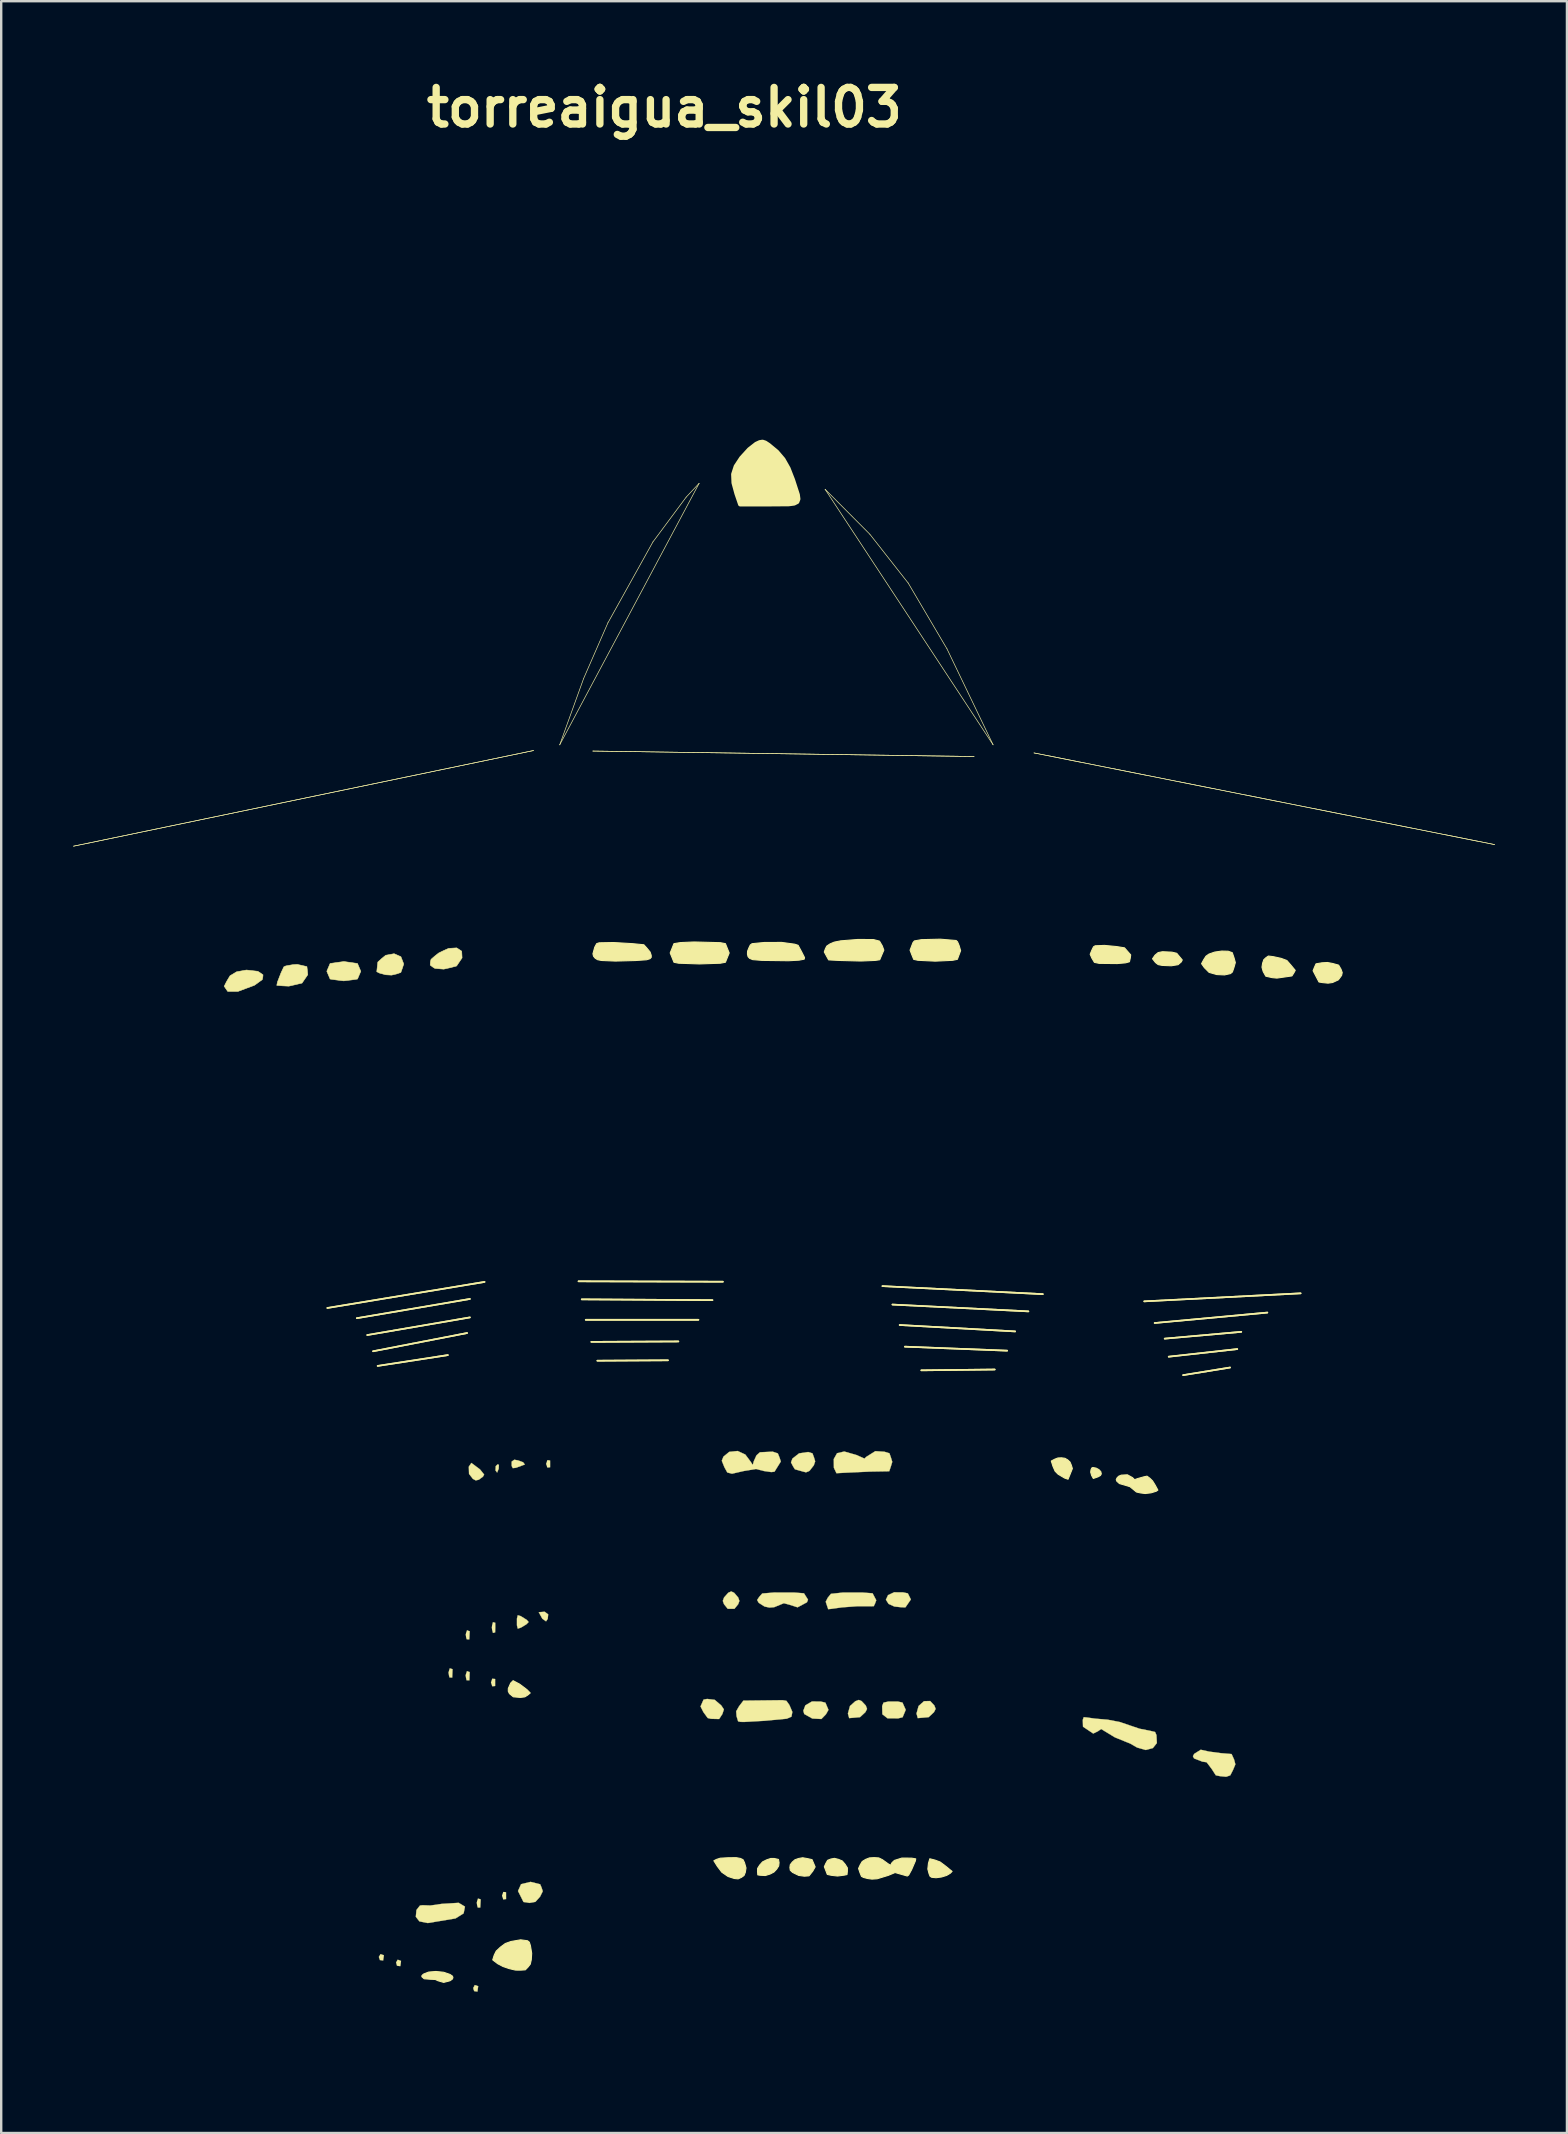
<source format=kicad_pcb>
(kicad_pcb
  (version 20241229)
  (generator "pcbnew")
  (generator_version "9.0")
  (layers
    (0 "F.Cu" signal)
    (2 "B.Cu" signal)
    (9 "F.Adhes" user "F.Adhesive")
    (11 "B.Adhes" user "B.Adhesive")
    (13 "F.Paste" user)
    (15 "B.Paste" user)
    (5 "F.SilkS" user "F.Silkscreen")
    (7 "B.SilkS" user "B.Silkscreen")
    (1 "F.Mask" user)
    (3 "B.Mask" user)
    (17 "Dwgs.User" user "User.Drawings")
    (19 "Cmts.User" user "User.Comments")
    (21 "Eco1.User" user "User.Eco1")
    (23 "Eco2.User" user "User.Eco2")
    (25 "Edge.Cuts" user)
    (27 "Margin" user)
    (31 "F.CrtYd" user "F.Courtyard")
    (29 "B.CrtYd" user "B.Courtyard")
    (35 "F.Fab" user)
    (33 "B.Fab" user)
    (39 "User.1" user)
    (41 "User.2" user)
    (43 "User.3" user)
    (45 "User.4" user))
  (footprint "torreaigua_skil03"
    (layer "F.Cu")
    (at 24.629 43.647)
    (property "Reference" "torreaigua_skil03" (at 0 -42.22 0) (layer "F.SilkS") (effects (font (size 1.524 1.524) (thickness 0.305))))
    (attr smd)
    (fp_poly (pts (xy 0.195 31.013) (xy 0.141 30.903) (xy 11.995 30.558) (xy 12.196 30.535) (xy 12.196 29.825) (xy 12.122 28.516) (xy 11.609 25.307) (xy 2.487 25.085) (xy 0.656 25.033) (xy 0.431 25.009) (xy 0.431 27.92) (xy 0.431 30.831) (xy 0.963 30.804) (xy 6.644 30.679) (xy 6.644 30.679) (xy 11.995 30.558) (xy 0.141 30.903) (xy 0.113 30.533) (xy 0.101 27.926) (xy 0.101 24.934) (xy 0.218 24.824) (xy 0.335 24.714) (xy 6.013 24.844) (xy 10.345 24.956) (xy 11.777 25.027) (xy 11.861 25.116) (xy 11.935 25.338) (xy 12.168 26.666) (xy 12.458 28.676) (xy 12.512 29.328) (xy 12.527 29.937) (xy 12.511 30.577) (xy 12.479 30.695) (xy 12.419 30.767) (xy 12.268 30.827) (xy 11.633 30.871) (xy 6.842 30.988) (xy 1.028 31.101) (xy 0.334 31.081) (xy 0.238 31.053) (xy 0.195 31.013) (xy 0.195 31.013) (xy 0.195 31.013)) (stroke (width 0.002) (type solid)) (fill yes) (layer "F.Mask"))
    (fp_poly (pts (xy 3.951 19.788) (xy 1.058 19.437) (xy 1.465 19.442) (xy 3.809 19.506) (xy 6.455 19.545) (xy 9.067 19.464) (xy 9.067 19.464) (xy 9.067 19.464) (xy 10.998 19.375) (xy 10.991 18.798) (xy 10.893 17.527) (xy 10.751 16.088) (xy 10.611 15.008) (xy 10.585 14.854) (xy 6.175 14.854) (xy 1.765 14.854) (xy 1.69 15.04) (xy 1.309 16.257) (xy 1.049 17.207) (xy 0.97 17.839) (xy 0.962 18.383) (xy 0.998 18.914) (xy 1.058 19.437) (xy 3.951 19.788) (xy 1.48 19.726) (xy 1.094 19.707) (xy 0.971 19.675) (xy 0.883 19.616) (xy 0.779 19.385) (xy 0.717 18.946) (xy 0.679 18.384) (xy 0.688 17.82) (xy 0.769 17.167) (xy 1.051 16.143) (xy 1.427 14.974) (xy 1.547 14.728) (xy 1.657 14.62) (xy 2.834 14.583) (xy 6.19 14.571) (xy 10.631 14.571) (xy 10.751 14.677) (xy 10.821 14.763) (xy 10.874 14.932) (xy 11.012 15.904) (xy 11.234 18.255) (xy 11.295 19.341) (xy 11.276 19.506) (xy 11.223 19.581) (xy 11.137 19.639) (xy 10.675 19.681) (xy 6.479 19.829) (xy 3.951 19.788) (xy 3.951 19.788) (xy 3.951 19.788)) (stroke (width 0.002) (type solid)) (fill yes) (layer "F.Mask"))
    (fp_poly (pts (xy 1.106 24.094) (xy 0.693 23.545) (xy 0.812 23.656) (xy 1.187 23.815) (xy 2.302 23.858) (xy 4.652 23.875) (xy 9.668 23.829) (xy 9.668 23.829) (xy 11.562 23.757) (xy 11.707 23.736) (xy 11.579 22.85) (xy 11.342 21.557) (xy 11.214 21.169) (xy 11.057 20.872) (xy 10.869 20.583) (xy 9.914 20.554) (xy 1.884 20.455) (xy 1.517 20.457) (xy 1.235 20.736) (xy 0.976 21.04) (xy 0.812 21.443) (xy 0.691 21.922) (xy 0.618 22.532) (xy 0.558 23.217) (xy 0.618 23.412) (xy 0.693 23.545) (xy 1.106 24.094) (xy 0.848 24.008) (xy 0.639 23.886) (xy 0.475 23.724) (xy 0.353 23.52) (xy 0.272 23.296) (xy 0.261 23.134) (xy 0.339 22.414) (xy 0.412 21.858) (xy 0.53 21.374) (xy 0.698 20.942) (xy 0.994 20.586) (xy 1.224 20.369) (xy 1.431 20.228) (xy 1.634 20.155) (xy 1.849 20.139) (xy 7.637 20.236) (xy 10.978 20.309) (xy 11.297 20.715) (xy 11.478 21.041) (xy 11.613 21.426) (xy 11.868 22.833) (xy 11.977 23.66) (xy 11.973 23.819) (xy 11.938 23.905) (xy 11.843 23.992) (xy 11.712 24.039) (xy 9.781 24.115) (xy 6.285 24.155) (xy 2.85 24.151) (xy 1.106 24.094) (xy 1.106 24.094)) (stroke (width 0.002) (type solid)) (fill yes) (layer "F.Mask"))
    (fp_poly (pts (xy 17.784 12.847) (xy 17.389 12.7) (xy 16.904 11.916) (xy 17.04 12.103) (xy 17.309 12.335) (xy 17.655 12.501) (xy 18.065 12.596) (xy 18.527 12.616) (xy 18.893 12.578) (xy 19.178 12.492) (xy 19.178 12.492) (xy 19.395 12.376) (xy 19.546 12.241) (xy 19.633 12.083) (xy 19.661 11.896) (xy 19.636 11.689) (xy 19.554 11.491) (xy 19.406 11.282) (xy 19.181 11.048) (xy 18.609 10.581) (xy 17.844 10.126) (xy 17.381 9.879) (xy 17.292 9.992) (xy 17.007 10.494) (xy 16.845 10.875) (xy 16.79 11.232) (xy 16.786 11.508) (xy 16.822 11.727) (xy 16.904 11.916) (xy 17.389 12.7) (xy 17.059 12.499) (xy 16.797 12.247) (xy 16.608 11.949) (xy 16.531 11.73) (xy 16.494 11.49) (xy 16.537 10.963) (xy 16.727 10.409) (xy 17.056 9.865) (xy 17.221 9.682) (xy 17.391 9.624) (xy 17.635 9.694) (xy 18.022 9.895) (xy 18.677 10.29) (xy 19.208 10.682) (xy 19.601 11.059) (xy 19.841 11.408) (xy 19.909 11.612) (xy 19.942 11.84) (xy 19.937 12.057) (xy 19.892 12.223) (xy 19.779 12.387) (xy 19.619 12.546) (xy 19.238 12.782) (xy 18.916 12.862) (xy 18.515 12.901) (xy 18.113 12.898) (xy 17.784 12.847) (xy 17.784 12.847)) (stroke (width 0.002) (type solid)) (fill yes) (layer "F.Mask"))
    (fp_poly (pts (xy -13.185 39.151) (xy -14.215 38.856) (xy -11.723 38.854) (xy -9.544 38.837) (xy -8.498 38.763) (xy -8.498 38.763) (xy -8.498 38.763) (xy -7.846 38.666) (xy -7.726 38.612) (xy -7.641 38.525) (xy -7.53 38.359) (xy -7.484 38.195) (xy -7.504 38.012) (xy -7.588 37.788) (xy -7.752 37.524) (xy -7.986 37.302) (xy -8.29 37.12) (xy -8.664 36.979) (xy -10.513 36.507) (xy -12.356 36.133) (xy -13.45 35.954) (xy -13.623 36.047) (xy -13.774 36.149) (xy -13.9 36.282) (xy -14.083 36.666) (xy -14.184 37.238) (xy -14.215 38.041) (xy -14.215 38.856) (xy -13.185 39.151) (xy -14.351 39.138) (xy -14.455 39.009) (xy -14.513 38.918) (xy -14.54 38.776) (xy -14.528 37.982) (xy -14.49 37.307) (xy -14.425 36.8) (xy -14.325 36.427) (xy -14.186 36.154) (xy -13.892 35.864) (xy -13.551 35.666) (xy -13.084 35.705) (xy -12.124 35.869) (xy -9.845 36.359) (xy -8.385 36.755) (xy -8.06 36.898) (xy -7.783 37.08) (xy -7.494 37.329) (xy -7.3 37.668) (xy -7.165 38.006) (xy -7.18 38.24) (xy -7.308 38.575) (xy -7.524 38.851) (xy -7.616 38.913) (xy -7.776 38.962) (xy -8.555 39.074) (xy -9.178 39.141) (xy -9.881 39.172) (xy -13.185 39.151) (xy -13.185 39.151) (xy -13.185 39.151)) (stroke (width 0.002) (type solid)) (fill yes) (layer "F.Mask"))
    (fp_poly (pts (xy -12.439 32.845) (xy -9.868 32.153) (xy -4.69 30.905) (xy -4.641 28.01) (xy -4.609 25.131) (xy -6.188 24.739) (xy -9.183 24.048) (xy -10.443 23.797) (xy -10.659 23.786) (xy -10.795 23.825) (xy -11.02 23.942) (xy -11.208 24.105) (xy -11.371 24.328) (xy -11.523 24.624) (xy -11.764 25.375) (xy -12.184 27.162) (xy -12.818 30.153) (xy -12.907 30.874) (xy -12.907 31.462) (xy -12.878 32.123) (xy -12.694 32.289) (xy -12.359 32.512) (xy -12.091 32.552) (xy -11.695 32.539) (xy -11.245 32.48) (xy -10.813 32.381) (xy -10.813 32.381) (xy -9.868 32.153) (xy -12.439 32.845) (xy -12.711 32.714) (xy -12.966 32.506) (xy -13.214 32.265) (xy -13.248 31.516) (xy -13.258 30.789) (xy -13.176 30.146) (xy -12.07 25.083) (xy -11.802 24.39) (xy -11.634 24.075) (xy -11.482 23.861) (xy -11.055 23.564) (xy -10.811 23.451) (xy -10.629 23.406) (xy -8.724 23.792) (xy -5.947 24.441) (xy -4.718 24.771) (xy -4.467 24.862) (xy -4.359 24.935) (xy -4.302 25.046) (xy -4.275 25.396) (xy -4.281 27.924) (xy -4.346 30.977) (xy -4.404 31.115) (xy -4.481 31.201) (xy -6.805 31.793) (xy -9.727 32.48) (xy -10.79 32.736) (xy -11.522 32.878) (xy -12.018 32.925) (xy -12.439 32.845) (xy -12.439 32.845)) (stroke (width 0.002) (type solid)) (fill yes) (layer "F.Mask"))
    (fp_poly (pts (xy 18.113 30.382) (xy 17.674 29.437) (xy 17.878 29.724) (xy 18.173 29.941) (xy 18.529 30.06) (xy 18.922 30.077) (xy 19.33 29.987) (xy 19.33 29.987) (xy 19.766 29.747) (xy 20.116 29.399) (xy 20.3 29.031) (xy 20.351 28.645) (xy 20.267 28.257) (xy 20.051 27.885) (xy 19.813 27.64) (xy 19.505 27.455) (xy 19.068 27.303) (xy 18.443 27.157) (xy 17.753 27.031) (xy 17.625 27.04) (xy 17.528 27.089) (xy 17.37 27.209) (xy 17.271 27.355) (xy 17.219 27.552) (xy 17.204 27.825) (xy 17.244 28.251) (xy 17.443 28.865) (xy 17.674 29.437) (xy 18.113 30.382) (xy 17.857 30.236) (xy 17.592 30.021) (xy 17.432 29.859) (xy 17.319 29.693) (xy 17.048 29.005) (xy 16.816 28.292) (xy 16.778 27.797) (xy 16.8 27.384) (xy 16.913 27.136) (xy 17.132 26.858) (xy 17.426 26.667) (xy 17.624 26.565) (xy 18.464 26.734) (xy 19.235 26.915) (xy 19.772 27.121) (xy 20.169 27.401) (xy 20.521 27.805) (xy 20.667 28.066) (xy 20.752 28.371) (xy 20.773 28.702) (xy 20.728 29.042) (xy 20.562 29.471) (xy 20.284 29.851) (xy 19.91 30.164) (xy 19.458 30.392) (xy 19.139 30.469) (xy 18.777 30.493) (xy 18.419 30.464) (xy 18.113 30.382) (xy 18.113 30.382) (xy 18.113 30.382)) (stroke (width 0.002) (type solid)) (fill yes) (layer "F.Mask"))
    (fp_poly (pts (xy -3.034 -8.26) (xy -3.501 -8.692) (xy -2.967 -8.578) (xy -2.475 -8.516) (xy -1.355 -8.486) (xy 5.085 -8.497) (xy 10.615 -8.539) (xy 12.667 -8.595) (xy 12.667 -8.595) (xy 12.713 -8.942) (xy 12.73 -9.71) (xy 12.692 -10.753) (xy 12.548 -11.772) (xy 12.368 -12.819) (xy 11.85 -13.055) (xy 11.516 -13.165) (xy 11.117 -13.252) (xy 9.924 -13.367) (xy 7.861 -13.42) (xy 4.517 -13.433) (xy 1.437 -13.425) (xy -0.402 -13.378) (xy -1.568 -13.264) (xy -2.633 -13.052) (xy -3.579 -12.836) (xy -3.696 -11.916) (xy -3.775 -11.062) (xy -3.793 -10.351) (xy -3.75 -9.75) (xy -3.646 -9.225) (xy -3.501 -8.692) (xy -3.034 -8.26) (xy -3.515 -8.39) (xy -3.747 -8.523) (xy -3.88 -8.815) (xy -4.006 -9.302) (xy -4.099 -9.865) (xy -4.136 -10.387) (xy -4.043 -11.771) (xy -3.897 -12.942) (xy -3.827 -13.039) (xy -3.649 -13.131) (xy -2.766 -13.369) (xy -1.792 -13.567) (xy -0.706 -13.683) (xy 0.923 -13.745) (xy 3.523 -13.78) (xy 8.258 -13.764) (xy 9.883 -13.701) (xy 11.053 -13.602) (xy 11.535 -13.499) (xy 12.035 -13.331) (xy 12.44 -13.141) (xy 12.64 -12.972) (xy 12.745 -12.531) (xy 12.879 -11.74) (xy 13.074 -10.158) (xy 13.086 -9.542) (xy 13.049 -8.987) (xy 12.97 -8.557) (xy 12.857 -8.317) (xy 12.787 -8.28) (xy 12.611 -8.251) (xy 11.644 -8.211) (xy 5.151 -8.165) (xy -1.457 -8.155) (xy -2.536 -8.189) (xy -3.034 -8.26) (xy -3.034 -8.26)) (stroke (width 0.003) (type solid)) (fill yes) (layer "F.Mask"))
    (fp_poly (pts (xy 5.636 13.905) (xy 8.206 13.618) (xy 9.526 13.527) (xy 9.526 13.527) (xy 9.526 13.527) (xy 10.219 13.397) (xy 10.345 13.023) (xy 10.376 12.22) (xy 10.079 11.056) (xy 9.829 10.387) (xy 9.487 9.898) (xy 8.76 9.082) (xy 8.024 8.591) (xy 7.369 8.14) (xy 6.859 7.744) (xy 6.521 7.548) (xy 6.138 7.192) (xy 5.581 6.917) (xy 5.017 6.985) (xy 4.376 7.484) (xy 3.778 7.998) (xy 3.296 8.513) (xy 2.711 9.192) (xy 2.238 9.486) (xy 1.737 9.743) (xy 1.401 10.26) (xy 1.214 10.673) (xy 1.214 11.382) (xy 1.3 12.563) (xy 1.53 13.28) (xy 2.09 13.51) (xy 3.266 13.556) (xy 5.463 13.571) (xy 8.206 13.618) (xy 5.636 13.905) (xy 3.908 13.846) (xy 3.262 13.873) (xy 2.134 13.838) (xy 1.635 13.737) (xy 1.367 13.542) (xy 1.109 13.181) (xy 0.947 12.327) (xy 0.881 11.122) (xy 1.124 10.106) (xy 1.58 9.454) (xy 2.067 9.205) (xy 2.612 8.817) (xy 3.148 8.179) (xy 3.587 7.738) (xy 4.211 7.203) (xy 4.956 6.667) (xy 5.655 6.598) (xy 6.027 6.651) (xy 6.406 7.012) (xy 7.046 7.477) (xy 7.566 7.879) (xy 8.203 8.308) (xy 8.587 8.484) (xy 8.998 8.871) (xy 9.772 9.742) (xy 10.116 10.226) (xy 10.388 10.97) (xy 10.708 12.224) (xy 10.66 13.089) (xy 10.477 13.589) (xy 10.247 13.743) (xy 8.658 13.936) (xy 5.636 13.905) (xy 5.636 13.905) (xy 5.636 13.905)) (stroke (width 0.000472) (type solid)) (fill yes) (layer "F.Mask"))
    (fp_poly (pts (xy -10.391 21.131) (xy -10.813 20.56) (xy -10.645 20.689) (xy -10.427 20.818) (xy -10.181 20.886) (xy -9.879 20.897) (xy -9.491 20.853) (xy -9.491 20.853) (xy -9.491 20.853) (xy -8.711 20.669) (xy -7.837 20.478) (xy -6.448 20.239) (xy -5.559 20.052) (xy -5.037 19.854) (xy -4.604 19.609) (xy -4.458 19.466) (xy -4.345 19.282) (xy -4.183 18.706) (xy -4.038 17.713) (xy -3.959 16.963) (xy -3.946 16.4) (xy -4.001 15.952) (xy -4.129 15.546) (xy -4.288 15.213) (xy -4.366 15.15) (xy -4.482 15.109) (xy -4.827 15.074) (xy -5.61 15.114) (xy -8.215 15.28) (xy -9.96 15.417) (xy -10.072 15.736) (xy -10.26 16.497) (xy -10.673 18.503) (xy -10.784 19.261) (xy -10.813 19.927) (xy -10.813 20.56) (xy -10.391 21.131) (xy -10.792 20.909) (xy -11.026 20.733) (xy -11.06 20.05) (xy -11.069 19.362) (xy -10.975 18.658) (xy -10.552 16.572) (xy -10.333 15.653) (xy -10.203 15.227) (xy -10.095 15.173) (xy -9.753 15.124) (xy -7.635 14.972) (xy -4.956 14.812) (xy -4.537 14.824) (xy -4.317 14.886) (xy -4.179 14.945) (xy -4.087 15.02) (xy -3.893 15.399) (xy -3.73 15.845) (xy -3.689 16.4) (xy -3.714 17.159) (xy -3.805 18.061) (xy -3.934 18.874) (xy -4.069 19.366) (xy -4.205 19.583) (xy -4.383 19.769) (xy -4.62 19.936) (xy -4.931 20.099) (xy -5.52 20.321) (xy -6.612 20.539) (xy -8.026 20.785) (xy -8.711 20.95) (xy -9.238 21.081) (xy -9.698 21.155) (xy -10.085 21.172) (xy -10.391 21.131) (xy -10.391 21.131)) (stroke (width 0.002) (type solid)) (fill yes) (layer "F.Mask"))
    (fp_poly (pts (xy 23.346 26.004) (xy 16.692 23.948) (xy 21.78 25.321) (xy 23.41 25.673) (xy 24.386 25.857) (xy 24.58 25.706) (xy 24.58 25.706) (xy 24.718 25.541) (xy 24.811 25.367) (xy 24.851 25.102) (xy 24.838 24.745) (xy 24.777 24.339) (xy 24.672 23.926) (xy 24.433 23.052) (xy 24.197 22.178) (xy 23.96 21.201) (xy 23.681 20.025) (xy 23.523 19.606) (xy 23.337 19.248) (xy 23.103 18.913) (xy 22.964 18.823) (xy 22.773 18.782) (xy 22.108 18.836) (xy 20.869 19.058) (xy 19.666 19.301) (xy 18.75 19.542) (xy 17.969 19.827) (xy 17.171 20.203) (xy 16.406 20.595) (xy 16.304 21.007) (xy 16.236 21.394) (xy 16.236 21.808) (xy 16.312 22.336) (xy 16.471 23.067) (xy 16.692 23.948) (xy 23.346 26.004) (xy 21.6 25.614) (xy 18.267 24.732) (xy 16.889 24.343) (xy 16.442 24.165) (xy 16.321 23.842) (xy 16.16 23.219) (xy 15.917 21.927) (xy 15.89 21.423) (xy 15.977 20.943) (xy 16.139 20.405) (xy 16.921 19.955) (xy 17.764 19.549) (xy 18.612 19.236) (xy 19.609 18.972) (xy 20.902 18.71) (xy 22.278 18.471) (xy 22.805 18.445) (xy 23.074 18.486) (xy 23.248 18.562) (xy 23.396 18.725) (xy 23.589 19.026) (xy 23.806 19.421) (xy 23.977 19.846) (xy 24.125 20.366) (xy 24.271 21.044) (xy 24.525 22.107) (xy 24.763 23.004) (xy 24.999 23.855) (xy 25.111 24.293) (xy 25.181 24.753) (xy 25.203 25.186) (xy 25.135 25.467) (xy 25.002 25.704) (xy 24.803 25.941) (xy 24.592 26.12) (xy 24.424 26.189) (xy 23.346 26.004) (xy 23.346 26.004)) (stroke (width 0.002) (type solid)) (fill yes) (layer "F.Mask"))
    (fp_poly (pts (xy -19.335 -7.092) (xy -19.604 -7.499) (xy -19.203 -7.342) (xy -18.872 -7.241) (xy -18.478 -7.209) (xy -17.899 -7.243) (xy -17.014 -7.346) (xy -17.014 -7.346) (xy -17.014 -7.346) (xy -12.154 -7.789) (xy -7.967 -8.158) (xy -7.883 -8.201) (xy -7.842 -8.392) (xy -7.841 -9.842) (xy -7.86 -11.496) (xy -8.094 -12.002) (xy -8.233 -12.289) (xy -8.345 -12.458) (xy -8.48 -12.561) (xy -8.687 -12.652) (xy -9.029 -12.764) (xy -9.422 -12.847) (xy -10.409 -12.925) (xy -11.745 -12.887) (xy -13.524 -12.735) (xy -15.073 -12.553) (xy -16.224 -12.349) (xy -17.149 -12.085) (xy -18.019 -11.724) (xy -18.881 -11.318) (xy -19.122 -10.906) (xy -19.399 -10.285) (xy -19.586 -9.553) (xy -19.673 -8.761) (xy -19.651 -7.961) (xy -19.604 -7.499) (xy -19.335 -7.092) (xy -19.69 -7.249) (xy -19.797 -7.332) (xy -19.868 -7.441) (xy -19.928 -7.813) (xy -19.932 -8.507) (xy -19.903 -9.325) (xy -19.807 -9.973) (xy -19.629 -10.53) (xy -19.347 -11.08) (xy -19.07 -11.55) (xy -18.168 -11.97) (xy -17.224 -12.356) (xy -16.222 -12.641) (xy -15.015 -12.856) (xy -13.457 -13.037) (xy -11.766 -13.171) (xy -10.417 -13.184) (xy -9.293 -13.133) (xy -9.001 -13.073) (xy -8.713 -12.968) (xy -8.159 -12.712) (xy -8.008 -12.492) (xy -7.829 -12.106) (xy -7.672 -11.674) (xy -7.588 -11.322) (xy -7.532 -9.5) (xy -7.538 -8.266) (xy -7.57 -8.045) (xy -7.629 -7.957) (xy -7.862 -7.886) (xy -8.261 -7.833) (xy -12.188 -7.494) (xy -16.23 -7.149) (xy -17.399 -7.012) (xy -17.974 -6.938) (xy -18.49 -6.927) (xy -18.944 -6.978) (xy -19.335 -7.092) (xy -19.335 -7.092)) (stroke (width 0.003) (type solid)) (fill yes) (layer "F.Mask"))
    (fp_poly (pts (xy 21.976 38.93) (xy 19.949 38.314) (xy 20.325 38.412) (xy 22.189 38.593) (xy 23.243 38.661) (xy 24.114 38.678) (xy 24.894 38.64) (xy 25.678 38.547) (xy 25.678 38.547) (xy 26.45 38.413) (xy 26.58 38.022) (xy 26.686 37.654) (xy 26.579 37.157) (xy 26.352 36.343) (xy 26.109 35.54) (xy 25.798 34.462) (xy 25.444 33.21) (xy 25.036 31.887) (xy 24.767 31.245) (xy 24.394 30.682) (xy 23.982 30.123) (xy 23.057 30.341) (xy 21.06 30.884) (xy 19.052 31.458) (xy 18.089 31.766) (xy 18.01 32.375) (xy 17.992 32.963) (xy 18.078 33.6) (xy 18.455 35.36) (xy 18.812 36.905) (xy 18.931 37.323) (xy 19.103 37.659) (xy 19.342 37.932) (xy 19.661 38.164) (xy 19.949 38.314) (xy 21.976 38.93) (xy 20.836 38.829) (xy 20.179 38.743) (xy 19.796 38.634) (xy 19.477 38.462) (xy 19.105 38.197) (xy 18.828 37.841) (xy 18.603 37.448) (xy 18.478 37.013) (xy 18.102 35.383) (xy 17.842 34.24) (xy 17.699 33.46) (xy 17.648 32.872) (xy 17.665 32.302) (xy 17.719 31.731) (xy 17.8 31.532) (xy 18.771 31.191) (xy 20.779 30.598) (xy 22.831 30.035) (xy 23.934 29.784) (xy 24.066 29.801) (xy 24.193 29.885) (xy 24.643 30.443) (xy 25.062 31.054) (xy 25.337 31.7) (xy 25.78 33.113) (xy 26.222 34.665) (xy 26.464 35.534) (xy 26.675 36.228) (xy 26.941 37.173) (xy 27.009 37.545) (xy 27.014 37.758) (xy 26.791 38.479) (xy 26.715 38.645) (xy 26.649 38.717) (xy 25.811 38.88) (xy 24.959 38.978) (xy 24.069 39.019) (xy 23.091 39.003) (xy 21.976 38.93) (xy 21.976 38.93)) (stroke (width 0.002) (type solid)) (fill yes) (layer "F.Mask"))
    (fp_poly (pts (xy -9.443 14.241) (xy -6.89 13.816) (xy -5.685 13.745) (xy -5.117 13.644) (xy -4.537 13.404) (xy -3.953 13.133) (xy -3.706 12.635) (xy -3.491 12.141) (xy -3.375 11.657) (xy -3.316 11.175) (xy -3.374 10.684) (xy -3.454 10.191) (xy -4.129 9.164) (xy -4.786 8.21) (xy -5.019 7.965) (xy -5.338 7.692) (xy -5.812 7.324) (xy -5.941 7.262) (xy -6.053 7.248) (xy -6.336 7.299) (xy -6.6 7.452) (xy -6.842 7.704) (xy -7.058 8.051) (xy -7.412 8.499) (xy -8.352 9.62) (xy -9.183 10.744) (xy -9.448 11.25) (xy -9.67 11.841) (xy -9.829 12.451) (xy -9.904 13.013) (xy -9.904 13.431) (xy -9.792 13.684) (xy -9.642 13.878) (xy -9.398 13.922) (xy -9.113 13.947) (xy -8.309 13.886) (xy -8.309 13.886) (xy -8.309 13.886) (xy -6.89 13.816) (xy -9.443 14.241) (xy -9.824 14.176) (xy -10.072 13.845) (xy -10.222 13.528) (xy -10.246 13.121) (xy -10.205 12.627) (xy -10.006 11.873) (xy -9.761 11.121) (xy -9.498 10.626) (xy -8.521 9.316) (xy -7.609 8.233) (xy -7.346 7.885) (xy -7.16 7.569) (xy -6.985 7.34) (xy -6.8 7.176) (xy -6.582 7.054) (xy -6.29 6.949) (xy -6.021 6.917) (xy -5.762 6.917) (xy -5.162 7.414) (xy -4.562 7.912) (xy -3.845 9.002) (xy -3.127 10.091) (xy -3.042 10.645) (xy -2.981 11.2) (xy -3.062 11.765) (xy -3.195 12.323) (xy -3.437 12.849) (xy -3.707 13.366) (xy -4.319 13.667) (xy -4.818 13.889) (xy -5.294 14.021) (xy -5.927 14.095) (xy -6.892 14.144) (xy -8.546 14.237) (xy -9.089 14.278) (xy -9.443 14.241) (xy -9.443 14.241)) (stroke (width 0.002) (type solid)) (fill yes) (layer "F.Mask"))
    (fp_poly (pts (xy 12.039 38.686) (xy 12.939 38.422) (xy 13.093 38.362) (xy 13.18 38.277) (xy 13.355 37.675) (xy 13.405 37.223) (xy 13.374 36.454) (xy 13.021 33.379) (xy 12.894 32.55) (xy 12.729 32.141) (xy 12.569 31.89) (xy 12.435 31.773) (xy 10.737 31.732) (xy 6.211 31.7) (xy 0.108 31.673) (xy 0.082 31.922) (xy -0.089 36.09) (xy -0.054 36.626) (xy 0.062 37.318) (xy 0.214 37.986) (xy 0.279 38.119) (xy 0.369 38.211) (xy 0.538 38.321) (xy 0.717 38.368) (xy 0.917 38.351) (xy 1.145 38.272) (xy 1.383 38.124) (xy 1.608 37.905) (xy 1.806 37.631) (xy 1.961 37.32) (xy 2.075 37.037) (xy 3.013 36.999) (xy 7.548 36.987) (xy 11.471 37.029) (xy 11.516 37.348) (xy 11.578 37.655) (xy 11.736 37.973) (xy 11.943 38.264) (xy 12.215 38.429) (xy 12.399 38.508) (xy 12.54 38.533) (xy 12.939 38.422) (xy 12.939 38.422) (xy 12.939 38.422) (xy 12.039 38.686) (xy 11.733 38.489) (xy 11.488 38.162) (xy 11.307 37.837) (xy 11.227 37.581) (xy 11.197 37.358) (xy 10.74 37.327) (xy 6.299 37.297) (xy 2.316 37.297) (xy 2.206 37.545) (xy 1.907 38.023) (xy 1.567 38.416) (xy 1.175 38.601) (xy 0.867 38.702) (xy 0.614 38.674) (xy 0.377 38.585) (xy 0.149 38.432) (xy -0.074 38.245) (xy -0.223 37.499) (xy -0.349 36.719) (xy -0.372 35.785) (xy -0.306 33.409) (xy -0.205 31.593) (xy -0.082 31.435) (xy 1.395 31.395) (xy 6.189 31.387) (xy 12.361 31.393) (xy 12.574 31.498) (xy 12.785 31.653) (xy 12.992 31.975) (xy 13.174 32.365) (xy 13.266 32.825) (xy 13.531 34.939) (xy 13.708 36.672) (xy 13.73 37.326) (xy 13.632 37.877) (xy 13.449 38.503) (xy 13.302 38.605) (xy 13.031 38.722) (xy 12.732 38.817) (xy 12.503 38.854) (xy 12.039 38.686) (xy 12.039 38.686)) (stroke (width 0.002) (type solid)) (fill yes) (layer "F.Mask"))
    (fp_poly (pts (xy 25.23 -7.525) (xy 18.106 -8.454) (xy 19.013 -8.35) (xy 20.887 -8.187) (xy 24.95 -7.895) (xy 28.309 -7.73) (xy 28.791 -7.748) (xy 28.908 -7.799) (xy 29.01 -7.892) (xy 29.01 -7.892) (xy 29.094 -8) (xy 29.147 -8.128) (xy 29.195 -8.585) (xy 29.183 -9.105) (xy 29.112 -9.623) (xy 29.037 -10.174) (xy 29.005 -10.772) (xy 28.986 -11.255) (xy 28.939 -11.528) (xy 28.775 -11.691) (xy 28.482 -11.868) (xy 28.125 -12.026) (xy 27.769 -12.131) (xy 26.826 -12.369) (xy 25.945 -12.557) (xy 24.588 -12.79) (xy 22.849 -13.023) (xy 20.911 -13.103) (xy 19.497 -13.123) (xy 18.626 -13.083) (xy 18.081 -12.958) (xy 17.648 -12.722) (xy 17.287 -12.42) (xy 17.173 -12.249) (xy 17.099 -12.042) (xy 17.052 -11.462) (xy 17.117 -10.555) (xy 17.2 -9.871) (xy 17.298 -9.383) (xy 17.428 -9.033) (xy 17.606 -8.76) (xy 17.769 -8.568) (xy 17.891 -8.505) (xy 18.106 -8.454) (xy 25.23 -7.525) (xy 20.72 -7.853) (xy 18.66 -8.038) (xy 17.713 -8.154) (xy 17.335 -8.543) (xy 17.123 -8.864) (xy 16.971 -9.247) (xy 16.862 -9.748) (xy 16.78 -10.426) (xy 16.713 -11.446) (xy 16.763 -12.118) (xy 16.84 -12.362) (xy 16.957 -12.567) (xy 17.117 -12.746) (xy 17.323 -12.917) (xy 17.824 -13.24) (xy 18.086 -13.341) (xy 18.401 -13.408) (xy 19.334 -13.462) (xy 20.9 -13.443) (xy 22.944 -13.367) (xy 24.685 -13.132) (xy 26.001 -12.905) (xy 26.806 -12.733) (xy 27.734 -12.498) (xy 28.209 -12.357) (xy 28.667 -12.161) (xy 29.036 -11.926) (xy 29.255 -11.66) (xy 29.352 -11.309) (xy 29.355 -10.817) (xy 29.358 -10.287) (xy 29.427 -9.782) (xy 29.561 -8.987) (xy 29.571 -8.403) (xy 29.527 -8.17) (xy 29.45 -7.964) (xy 29.189 -7.603) (xy 28.979 -7.386) (xy 28.207 -7.396) (xy 25.23 -7.525) (xy 25.23 -7.525) (xy 25.23 -7.525)) (stroke (width 0.003) (type solid)) (fill yes) (layer "F.Mask"))
    (fp_line (start -24.616 -11.442) (end -5.447 -15.428) (stroke (width 0.026) (type solid)) (layer "F.SilkS"))
    (fp_line (start -14.04 7.798) (end -7.492 6.712) (stroke (width 0.07) (type solid)) (layer "F.SilkS"))
    (fp_line (start -12.813 8.224) (end -8.102 7.422) (stroke (width 0.07) (type solid)) (layer "F.SilkS"))
    (fp_line (start -12.378 8.926) (end -8.102 8.191) (stroke (width 0.07) (type solid)) (layer "F.SilkS"))
    (fp_line (start -12.136 9.602) (end -8.219 8.842) (stroke (width 0.07) (type solid)) (layer "F.SilkS"))
    (fp_line (start -11.944 10.212) (end -9.021 9.761) (stroke (width 0.07) (type solid)) (layer "F.SilkS"))
    (fp_line (start -9.021 9.761) (end -11.944 10.212) (stroke (width 0.07) (type solid)) (layer "F.SilkS"))
    (fp_line (start -8.219 8.842) (end -12.136 9.602) (stroke (width 0.07) (type solid)) (layer "F.SilkS"))
    (fp_line (start -8.102 7.422) (end -12.813 8.224) (stroke (width 0.07) (type solid)) (layer "F.SilkS"))
    (fp_line (start -8.102 8.191) (end -12.378 8.926) (stroke (width 0.07) (type solid)) (layer "F.SilkS"))
    (fp_line (start -7.492 6.712) (end -14.04 7.798) (stroke (width 0.07) (type solid)) (layer "F.SilkS"))
    (fp_line (start -5.447 -15.428) (end -24.616 -11.442) (stroke (width 0.026) (type solid)) (layer "F.SilkS"))
    (fp_line (start -4.36 -15.663) (end -3.361 -18.433) (stroke (width 0.026) (type solid)) (layer "F.SilkS"))
    (fp_line (start -3.575 6.687) (end 2.438 6.704) (stroke (width 0.07) (type solid)) (layer "F.SilkS"))
    (fp_line (start -3.442 7.439) (end 2.004 7.472) (stroke (width 0.07) (type solid)) (layer "F.SilkS"))
    (fp_line (start -3.361 -18.433) (end -2.351 -20.747) (stroke (width 0.026) (type solid)) (layer "F.SilkS"))
    (fp_line (start -3.275 8.291) (end 1.419 8.291) (stroke (width 0.07) (type solid)) (layer "F.SilkS"))
    (fp_line (start -3.041 9.21) (end 0.584 9.193) (stroke (width 0.07) (type solid)) (layer "F.SilkS"))
    (fp_line (start -2.979 -15.405) (end 12.904 -15.177) (stroke (width 0.026) (type solid)) (layer "F.SilkS"))
    (fp_line (start -2.79 9.995) (end 0.15 9.978) (stroke (width 0.07) (type solid)) (layer "F.SilkS"))
    (fp_line (start -2.351 -20.747) (end -0.476 -24.118) (stroke (width 0.026) (type solid)) (layer "F.SilkS"))
    (fp_line (start -0.476 -24.118) (end 0.91 -25.985) (stroke (width 0.026) (type solid)) (layer "F.SilkS"))
    (fp_line (start 0.15 9.978) (end -2.79 9.995) (stroke (width 0.07) (type solid)) (layer "F.SilkS"))
    (fp_line (start 0.584 9.193) (end -3.041 9.21) (stroke (width 0.07) (type solid)) (layer "F.SilkS"))
    (fp_line (start 0.91 -25.985) (end 1.45 -26.561) (stroke (width 0.026) (type solid)) (layer "F.SilkS"))
    (fp_line (start 1.419 8.291) (end -3.275 8.291) (stroke (width 0.07) (type solid)) (layer "F.SilkS"))
    (fp_line (start 1.45 -26.561) (end -4.36 -15.663) (stroke (width 0.026) (type solid)) (layer "F.SilkS"))
    (fp_line (start 2.004 7.472) (end -3.442 7.439) (stroke (width 0.07) (type solid)) (layer "F.SilkS"))
    (fp_line (start 2.438 6.704) (end -3.575 6.687) (stroke (width 0.07) (type solid)) (layer "F.SilkS"))
    (fp_line (start 6.697 -26.313) (end 13.698 -15.664) (stroke (width 0.026) (type solid)) (layer "F.SilkS"))
    (fp_line (start 8.563 -24.438) (end 6.697 -26.313) (stroke (width 0.026) (type solid)) (layer "F.SilkS"))
    (fp_line (start 9.087 6.888) (end 15.768 7.222) (stroke (width 0.07) (type solid)) (layer "F.SilkS"))
    (fp_line (start 9.504 7.656) (end 15.167 7.94) (stroke (width 0.07) (type solid)) (layer "F.SilkS"))
    (fp_line (start 9.805 8.508) (end 14.616 8.775) (stroke (width 0.07) (type solid)) (layer "F.SilkS"))
    (fp_line (start 10.022 9.41) (end 14.282 9.577) (stroke (width 0.07) (type solid)) (layer "F.SilkS"))
    (fp_line (start 10.159 -22.406) (end 8.563 -24.438) (stroke (width 0.026) (type solid)) (layer "F.SilkS"))
    (fp_line (start 10.707 10.396) (end 13.764 10.362) (stroke (width 0.07) (type solid)) (layer "F.SilkS"))
    (fp_line (start 11.775 -19.665) (end 10.159 -22.406) (stroke (width 0.026) (type solid)) (layer "F.SilkS"))
    (fp_line (start 12.904 -15.177) (end -2.979 -15.405) (stroke (width 0.026) (type solid)) (layer "F.SilkS"))
    (fp_line (start 13.698 -15.664) (end 11.775 -19.665) (stroke (width 0.026) (type solid)) (layer "F.SilkS"))
    (fp_line (start 13.764 10.362) (end 10.707 10.396) (stroke (width 0.07) (type solid)) (layer "F.SilkS"))
    (fp_line (start 14.282 9.577) (end 10.022 9.41) (stroke (width 0.07) (type solid)) (layer "F.SilkS"))
    (fp_line (start 14.616 8.775) (end 9.805 8.508) (stroke (width 0.07) (type solid)) (layer "F.SilkS"))
    (fp_line (start 15.167 7.94) (end 9.504 7.656) (stroke (width 0.07) (type solid)) (layer "F.SilkS"))
    (fp_line (start 15.402 -15.327) (end 34.593 -11.508) (stroke (width 0.026) (type solid)) (layer "F.SilkS"))
    (fp_line (start 15.768 7.222) (end 9.087 6.888) (stroke (width 0.07) (type solid)) (layer "F.SilkS"))
    (fp_line (start 19.995 7.522) (end 26.509 7.188) (stroke (width 0.07) (type solid)) (layer "F.SilkS"))
    (fp_line (start 20.429 8.424) (end 25.123 7.99) (stroke (width 0.07) (type solid)) (layer "F.SilkS"))
    (fp_line (start 20.847 9.076) (end 24.037 8.792) (stroke (width 0.07) (type solid)) (layer "F.SilkS"))
    (fp_line (start 21.014 9.828) (end 23.87 9.51) (stroke (width 0.07) (type solid)) (layer "F.SilkS"))
    (fp_line (start 21.615 10.596) (end 23.569 10.279) (stroke (width 0.07) (type solid)) (layer "F.SilkS"))
    (fp_line (start 23.569 10.279) (end 21.615 10.596) (stroke (width 0.07) (type solid)) (layer "F.SilkS"))
    (fp_line (start 23.87 9.51) (end 21.014 9.828) (stroke (width 0.07) (type solid)) (layer "F.SilkS"))
    (fp_line (start 24.037 8.792) (end 20.847 9.076) (stroke (width 0.07) (type solid)) (layer "F.SilkS"))
    (fp_line (start 25.123 7.99) (end 20.429 8.424) (stroke (width 0.07) (type solid)) (layer "F.SilkS"))
    (fp_line (start 26.509 7.188) (end 19.995 7.522) (stroke (width 0.07) (type solid)) (layer "F.SilkS"))
    (fp_line (start 34.593 -11.508) (end 15.402 -15.327) (stroke (width 0.026) (type solid)) (layer "F.SilkS"))
    (fp_poly (pts (xy -7.034 14.566) (xy -7.024 14.387) (xy -6.948 14.315) (xy -6.894 14.333) (xy -6.902 14.496) (xy -6.967 14.655) (xy -7.034 14.566) (xy -7.034 14.566)) (stroke (width 0.012) (type solid)) (fill yes) (layer "F.SilkS"))
    (fp_poly (pts (xy -5.083 20.746) (xy -5.232 20.474) (xy -4.985 20.455) (xy -4.84 20.565) (xy -4.859 20.751) (xy -4.929 20.854) (xy -5.083 20.746) (xy -5.083 20.746)) (stroke (width 0.012) (type solid)) (fill yes) (layer "F.SilkS"))
    (fp_poly (pts (xy -6.36 14.38) (xy -6.361 14.199) (xy -6.251 14.121) (xy -6.093 14.149) (xy -5.884 14.226) (xy -5.813 14.32) (xy -6.179 14.455) (xy -6.314 14.471) (xy -6.36 14.38)) (stroke (width 0.012) (type solid)) (fill yes) (layer "F.SilkS"))
    (fp_poly (pts (xy -7.803 36.273) (xy -7.866 36.264) (xy -7.921 36.259) (xy -7.939 36.203) (xy -7.958 36.13) (xy -7.895 36.011) (xy -7.758 36.056) (xy -7.79 36.276) (xy -7.803 36.273) (xy -7.803 36.273)) (stroke (width 0.016) (type solid)) (fill yes) (layer "F.SilkS"))
    (fp_poly (pts (xy -7.172 21.229) (xy -7.195 21.112) (xy -7.149 20.886) (xy -7.093 20.896) (xy -7.037 20.908) (xy -7.036 21.112) (xy -7.041 21.318) (xy -7.148 21.34) (xy -7.172 21.229) (xy -7.172 21.229)) (stroke (width 0.001) (type solid)) (fill yes) (layer "F.SilkS"))
    (fp_poly (pts (xy -6.141 21.018) (xy -6.141 20.74) (xy -6.106 20.6) (xy -5.984 20.636) (xy -5.732 20.793) (xy -5.654 20.883) (xy -5.751 20.98) (xy -5.977 21.116) (xy -6.106 21.157) (xy -6.141 21.018)) (stroke (width 0.012) (type solid)) (fill yes) (layer "F.SilkS"))
    (fp_poly (pts (xy -11.785 34.979) (xy -11.853 34.968) (xy -11.876 34.9) (xy -11.896 34.834) (xy -11.861 34.775) (xy -11.824 34.716) (xy -11.683 34.764) (xy -11.711 34.981) (xy -11.716 34.987) (xy -11.785 34.979) (xy -11.785 34.979)) (stroke (width 0.006) (type solid)) (fill yes) (layer "F.SilkS"))
    (fp_poly (pts (xy -11.077 35.213) (xy -11.139 35.204) (xy -11.16 35.137) (xy -11.178 35.065) (xy -11.111 34.949) (xy -10.97 34.999) (xy -10.982 35.11) (xy -10.996 35.219) (xy -11.006 35.22) (xy -11.077 35.213) (xy -11.077 35.213)) (stroke (width 0.006) (type solid)) (fill yes) (layer "F.SilkS"))
    (fp_poly (pts (xy -7.977 14.918) (xy -8.137 14.711) (xy -8.146 14.41) (xy -8.04 14.254) (xy -7.68 14.524) (xy -7.508 14.738) (xy -7.557 14.826) (xy -7.726 14.951) (xy -7.856 14.983) (xy -7.977 14.918) (xy -7.977 14.918)) (stroke (width 0.012) (type solid)) (fill yes) (layer "F.SilkS"))
    (fp_poly (pts (xy 10.559 24.886) (xy 10.506 24.695) (xy 10.593 24.381) (xy 10.818 24.181) (xy 11.076 24.174) (xy 11.25 24.36) (xy 11.303 24.502) (xy 11.234 24.639) (xy 11.011 24.846) (xy 10.559 24.886) (xy 10.559 24.886)) (stroke (width 0.012) (type solid)) (fill yes) (layer "F.SilkS"))
    (fp_poly (pts (xy -8.214 23.313) (xy -8.242 23.311) (xy -8.262 23.21) (xy -8.283 23.109) (xy -8.255 23.019) (xy -8.225 22.926) (xy -8.108 22.966) (xy -8.118 23.278) (xy -8.12 23.316) (xy -8.153 23.315) (xy -8.214 23.313) (xy -8.214 23.313)) (stroke (width 0.006) (type solid)) (fill yes) (layer "F.SilkS"))
    (fp_poly (pts (xy -4.879 14.449) (xy -4.904 14.369) (xy -4.928 14.295) (xy -4.904 14.218) (xy -4.877 14.137) (xy -4.814 14.141) (xy -4.753 14.15) (xy -4.752 14.295) (xy -4.753 14.44) (xy -4.802 14.447) (xy -4.879 14.449) (xy -4.879 14.449)) (stroke (width 0.002) (type solid)) (fill yes) (layer "F.SilkS"))
    (fp_poly (pts (xy 7.701 24.886) (xy 7.648 24.695) (xy 7.735 24.381) (xy 7.959 24.181) (xy 8.097 24.129) (xy 8.218 24.175) (xy 8.392 24.361) (xy 8.445 24.502) (xy 8.376 24.639) (xy 8.152 24.846) (xy 7.701 24.886) (xy 7.701 24.886)) (stroke (width 0.012) (type solid)) (fill yes) (layer "F.SilkS"))
    (fp_poly (pts (xy -8.953 23.194) (xy -8.977 23.094) (xy -8.996 22.992) (xy -8.941 22.809) (xy -8.88 22.826) (xy -8.822 22.847) (xy -8.822 22.865) (xy -8.828 23.032) (xy -8.834 23.189) (xy -8.834 23.197) (xy -8.891 23.197) (xy -8.953 23.194) (xy -8.953 23.194)) (stroke (width 0.006) (type solid)) (fill yes) (layer "F.SilkS"))
    (fp_poly (pts (xy -8.241 21.607) (xy -8.282 21.407) (xy -8.228 21.229) (xy -8.225 21.22) (xy -8.166 21.241) (xy -8.107 21.262) (xy -8.107 21.281) (xy -8.113 21.449) (xy -8.119 21.605) (xy -8.119 21.612) (xy -8.18 21.612) (xy -8.241 21.606) (xy -8.241 21.607)) (stroke (width 0.001) (type solid)) (fill yes) (layer "F.SilkS"))
    (fp_poly (pts (xy -7.781 32.782) (xy -7.802 32.68) (xy -7.823 32.58) (xy -7.796 32.488) (xy -7.768 32.395) (xy -7.707 32.414) (xy -7.648 32.435) (xy -7.649 32.463) (xy -7.656 32.638) (xy -7.662 32.785) (xy -7.721 32.785) (xy -7.781 32.782) (xy -7.781 32.782)) (stroke (width 0.001) (type solid)) (fill yes) (layer "F.SilkS"))
    (fp_poly (pts (xy -7.186 23.516) (xy -7.212 23.435) (xy -7.223 23.402) (xy -7.197 23.321) (xy -7.17 23.24) (xy -7.057 23.255) (xy -7.047 23.257) (xy -7.047 23.402) (xy -7.047 23.548) (xy -7.104 23.556) (xy -7.166 23.564) (xy -7.186 23.516) (xy -7.186 23.516)) (stroke (width 0.006) (type solid)) (fill yes) (layer "F.SilkS"))
    (fp_poly (pts (xy -6.714 32.445) (xy -6.74 32.363) (xy -6.765 32.286) (xy -6.74 32.207) (xy -6.712 32.125) (xy -6.65 32.131) (xy -6.59 32.14) (xy -6.589 32.285) (xy -6.588 32.43) (xy -6.595 32.432) (xy -6.711 32.448) (xy -6.714 32.445) (xy -6.714 32.445)) (stroke (width 0.001) (type solid)) (fill yes) (layer "F.SilkS"))
    (fp_poly (pts (xy 2.642 20.332) (xy 2.487 20.141) (xy 2.436 20.003) (xy 2.488 19.86) (xy 2.663 19.662) (xy 2.786 19.608) (xy 2.908 19.664) (xy 3.078 19.862) (xy 3.127 20.004) (xy 3.076 20.141) (xy 2.921 20.332) (xy 2.642 20.332) (xy 2.642 20.332)) (stroke (width 0.012) (type solid)) (fill yes) (layer "F.SilkS"))
    (fp_poly (pts (xy 6.164 24.903) (xy 5.829 24.715) (xy 5.79 24.578) (xy 5.876 24.353) (xy 6.151 24.193) (xy 6.517 24.196) (xy 6.711 24.242) (xy 6.774 24.392) (xy 6.838 24.542) (xy 6.734 24.726) (xy 6.543 24.923) (xy 6.164 24.903) (xy 6.164 24.903)) (stroke (width 0.012) (type solid)) (fill yes) (layer "F.SilkS"))
    (fp_poly (pts (xy -10.206 33.354) (xy -10.354 33.162) (xy -10.328 32.88) (xy -10.182 32.695) (xy -10.071 32.681) (xy -9.749 32.693) (xy -9.278 32.626) (xy -8.57 32.582) (xy -8.307 32.74) (xy -8.362 33.02) (xy -8.7 33.232) (xy -9.856 33.424) (xy -10.206 33.354) (xy -10.206 33.354)) (stroke (width 0.012) (type solid)) (fill yes) (layer "F.SilkS"))
    (fp_poly (pts (xy -6.291 23.999) (xy -6.453 23.867) (xy -6.502 23.767) (xy -6.5 23.65) (xy -6.402 23.428) (xy -6.301 23.327) (xy -6.032 23.469) (xy -5.725 23.7) (xy -5.588 23.839) (xy -5.693 23.926) (xy -5.813 24.001) (xy -5.996 24.024) (xy -6.291 23.999) (xy -6.291 23.999)) (stroke (width 0.045) (type solid)) (fill yes) (layer "F.SilkS"))
    (fp_poly (pts (xy 0.593 -6.566) (xy 0.401 -6.605) (xy 0.244 -6.993) (xy 0.4 -7.381) (xy 0.673 -7.426) (xy 1.238 -7.451) (xy 2.329 -7.422) (xy 2.545 -7.381) (xy 2.701 -6.993) (xy 2.545 -6.606) (xy 2.329 -6.565) (xy 1.46 -6.536) (xy 0.593 -6.566) (xy 0.593 -6.566)) (stroke (width 0.045) (type solid)) (fill yes) (layer "F.SilkS"))
    (fp_poly (pts (xy 1.943 24.915) (xy 1.807 24.882) (xy 1.625 24.633) (xy 1.508 24.4) (xy 1.571 24.258) (xy 1.633 24.115) (xy 1.784 24.087) (xy 2.097 24.124) (xy 2.37 24.356) (xy 2.481 24.523) (xy 2.418 24.716) (xy 2.282 24.924) (xy 1.943 24.915) (xy 1.943 24.915)) (stroke (width 0.012) (type solid)) (fill yes) (layer "F.SilkS"))
    (fp_poly (pts (xy 9.301 24.895) (xy 9.084 24.726) (xy 9.075 24.382) (xy 9.131 24.242) (xy 9.333 24.196) (xy 9.729 24.195) (xy 9.922 24.239) (xy 9.989 24.39) (xy 10.057 24.541) (xy 9.992 24.696) (xy 9.927 24.851) (xy 9.75 24.894) (xy 9.301 24.895) (xy 9.301 24.895)) (stroke (width 0.012) (type solid)) (fill yes) (layer "F.SilkS"))
    (fp_poly (pts (xy 9.585 20.237) (xy 9.343 20.128) (xy 9.231 19.952) (xy 9.32 19.762) (xy 9.573 19.644) (xy 9.942 19.646) (xy 10.146 19.688) (xy 10.208 19.815) (xy 10.271 19.942) (xy 10.158 20.106) (xy 10.046 20.27) (xy 9.88 20.268) (xy 9.585 20.237) (xy 9.585 20.237)) (stroke (width 0.012) (type solid)) (fill yes) (layer "F.SilkS"))
    (fp_poly (pts (xy 17.801 14.773) (xy 17.763 14.638) (xy 17.777 14.537) (xy 17.809 14.465) (xy 17.853 14.445) (xy 17.989 14.47) (xy 18.107 14.534) (xy 18.186 14.62) (xy 18.205 14.712) (xy 18.169 14.777) (xy 18.067 14.834) (xy 17.873 14.901) (xy 17.801 14.773) (xy 17.801 14.773)) (stroke (width 0.045) (type solid)) (fill yes) (layer "F.SilkS"))
    (fp_poly (pts (xy 5.658 14.581) (xy 5.438 14.518) (xy 5.358 14.388) (xy 5.277 14.232) (xy 5.336 14.074) (xy 5.613 13.856) (xy 5.991 13.799) (xy 6.172 13.855) (xy 6.238 14.034) (xy 6.284 14.188) (xy 6.228 14.353) (xy 6.049 14.583) (xy 5.902 14.646) (xy 5.658 14.581) (xy 5.658 14.581)) (stroke (width 0.012) (type solid)) (fill yes) (layer "F.SilkS"))
    (fp_poly (pts (xy 11.141 31.519) (xy 11.072 31.477) (xy 11.029 31.369) (xy 10.978 31.174) (xy 11.004 30.933) (xy 11.06 30.746) (xy 11.28 30.802) (xy 11.492 30.882) (xy 11.736 31.066) (xy 11.988 31.273) (xy 11.909 31.352) (xy 11.761 31.44) (xy 11.547 31.506) (xy 11.322 31.536) (xy 11.141 31.519)) (stroke (width 0.045) (type solid)) (fill yes) (layer "F.SilkS"))
    (fp_poly (pts (xy 3.171 25.042) (xy 3.074 25.021) (xy 3.009 24.807) (xy 2.993 24.603) (xy 3.114 24.391) (xy 3.293 24.158) (xy 4.931 24.139) (xy 5.085 24.165) (xy 5.209 24.337) (xy 5.333 24.628) (xy 5.297 24.825) (xy 5.104 24.91) (xy 4.187 24.997) (xy 3.337 25.045) (xy 3.171 25.043) (xy 3.171 25.042)) (stroke (width 0.012) (type solid)) (fill yes) (layer "F.SilkS"))
    (fp_poly (pts (xy 6.775 20.193) (xy 6.724 20.038) (xy 6.807 19.873) (xy 6.941 19.708) (xy 7.447 19.654) (xy 8.249 19.654) (xy 8.676 19.686) (xy 8.829 19.975) (xy 8.777 20.116) (xy 8.725 20.223) (xy 8.523 20.227) (xy 8.026 20.226) (xy 7.4 20.272) (xy 6.948 20.335) (xy 6.827 20.347) (xy 6.775 20.193)) (stroke (width 0.012) (type solid)) (fill yes) (layer "F.SilkS"))
    (fp_poly (pts (xy 16.679 14.885) (xy 16.407 14.725) (xy 16.281 14.598) (xy 16.193 14.399) (xy 16.122 14.175) (xy 16.261 14.101) (xy 16.395 14.048) (xy 16.544 14.041) (xy 16.689 14.06) (xy 16.805 14.127) (xy 16.902 14.218) (xy 16.957 14.348) (xy 17 14.489) (xy 16.912 14.709) (xy 16.82 14.933) (xy 16.679 14.885)) (stroke (width 0.045) (type solid)) (fill yes) (layer "F.SilkS"))
    (fp_poly (pts (xy 20.744 -6.474) (xy 20.576 -6.508) (xy 20.465 -6.592) (xy 20.34 -6.751) (xy 20.442 -6.899) (xy 20.574 -7.009) (xy 20.757 -7.045) (xy 21.146 -7.027) (xy 21.348 -6.979) (xy 21.466 -6.836) (xy 21.578 -6.703) (xy 21.54 -6.623) (xy 21.403 -6.504) (xy 21.119 -6.459) (xy 20.744 -6.474) (xy 20.744 -6.474)) (stroke (width 0.045) (type solid)) (fill yes) (layer "F.SilkS"))
    (fp_poly (pts (xy -13.672 -5.869) (xy -13.925 -5.906) (xy -13.994 -6.068) (xy -14.063 -6.231) (xy -13.994 -6.393) (xy -13.925 -6.555) (xy -13.638 -6.596) (xy -13.351 -6.636) (xy -13.068 -6.596) (xy -12.785 -6.555) (xy -12.716 -6.392) (xy -12.647 -6.229) (xy -12.716 -6.068) (xy -12.785 -5.906) (xy -13.043 -5.868) (xy -13.36 -5.831) (xy -13.672 -5.869)) (stroke (width 0.022) (type solid)) (fill yes) (layer "F.SilkS"))
    (fp_poly (pts (xy -11.61 -6.085) (xy -11.869 -6.155) (xy -11.982 -6.213) (xy -11.937 -6.615) (xy -11.768 -6.768) (xy -11.609 -6.897) (xy -11.434 -6.929) (xy -11.259 -6.962) (xy -11.118 -6.9) (xy -10.977 -6.838) (xy -10.917 -6.686) (xy -10.858 -6.533) (xy -10.915 -6.361) (xy -10.979 -6.18) (xy -11.161 -6.118) (xy -11.366 -6.07) (xy -11.61 -6.085)) (stroke (width 0.022) (type solid)) (fill yes) (layer "F.SilkS"))
    (fp_poly (pts (xy -5.619 32.586) (xy -5.756 32.562) (xy -5.868 32.547) (xy -5.982 32.318) (xy -6.097 32.09) (xy -6.033 31.948) (xy -5.97 31.806) (xy -5.771 31.757) (xy -5.572 31.709) (xy -5.374 31.758) (xy -5.175 31.808) (xy -5.12 31.934) (xy -5.065 32.098) (xy -5.178 32.326) (xy -5.372 32.541) (xy -5.619 32.586) (xy -5.619 32.586)) (stroke (width 0.012) (type solid)) (fill yes) (layer "F.SilkS"))
    (fp_poly (pts (xy 3.989 31.433) (xy 3.894 31.418) (xy 3.882 31.284) (xy 3.886 31.148) (xy 3.975 31.007) (xy 4.092 30.876) (xy 4.263 30.791) (xy 4.437 30.733) (xy 4.572 30.733) (xy 4.756 30.774) (xy 4.78 30.909) (xy 4.764 31.045) (xy 4.68 31.178) (xy 4.566 31.299) (xy 4.408 31.382) (xy 4.205 31.445) (xy 3.989 31.433)) (stroke (width 0.045) (type solid)) (fill yes) (layer "F.SilkS"))
    (fp_poly (pts (xy 18.12 -6.559) (xy 17.919 -6.601) (xy 17.811 -6.781) (xy 17.742 -6.939) (xy 17.811 -7.108) (xy 17.88 -7.249) (xy 17.95 -7.292) (xy 18.338 -7.308) (xy 18.844 -7.26) (xy 19.172 -7.207) (xy 19.301 -7.06) (xy 19.43 -6.913) (xy 19.414 -6.786) (xy 19.378 -6.626) (xy 19.214 -6.581) (xy 18.866 -6.551) (xy 18.12 -6.559)) (stroke (width 0.045) (type solid)) (fill yes) (layer "F.SilkS"))
    (fp_poly (pts (xy -15.904 -5.623) (xy -16.148 -5.643) (xy -16.117 -5.788) (xy -15.967 -6.173) (xy -15.852 -6.417) (xy -15.769 -6.453) (xy -15.491 -6.503) (xy -15.296 -6.517) (xy -15.096 -6.472) (xy -14.892 -6.425) (xy -14.872 -6.255) (xy -14.856 -6.088) (xy -14.976 -5.913) (xy -15.096 -5.738) (xy -15.362 -5.675) (xy -15.646 -5.61) (xy -15.904 -5.623) (xy -15.904 -5.623)) (stroke (width 0.022) (type solid)) (fill yes) (layer "F.SilkS"))
    (fp_poly (pts (xy -9.428 35.829) (xy -9.543 35.775) (xy -9.761 35.765) (xy -10.006 35.746) (xy -10.103 35.66) (xy -10.1 35.614) (xy -10.036 35.552) (xy -9.822 35.467) (xy -9.517 35.442) (xy -9.195 35.475) (xy -8.934 35.564) (xy -8.826 35.638) (xy -8.808 35.703) (xy -8.839 35.766) (xy -8.934 35.83) (xy -9.193 35.897) (xy -9.428 35.829) (xy -9.428 35.829)) (stroke (width 0.045) (type solid)) (fill yes) (layer "F.SilkS"))
    (fp_poly (pts (xy 2.914 31.568) (xy 2.654 31.484) (xy 2.393 31.305) (xy 2.208 31.06) (xy 2.063 30.829) (xy 2.175 30.772) (xy 2.331 30.722) (xy 2.668 30.703) (xy 2.999 30.701) (xy 3.169 30.732) (xy 3.279 30.785) (xy 3.339 30.906) (xy 3.402 31.129) (xy 3.373 31.316) (xy 3.319 31.445) (xy 3.211 31.521) (xy 3.074 31.583) (xy 2.914 31.568)) (stroke (width 0.045) (type solid)) (fill yes) (layer "F.SilkS"))
    (fp_poly (pts (xy 4.373 20.279) (xy 4.175 20.237) (xy 3.932 20.082) (xy 3.866 19.965) (xy 3.953 19.835) (xy 4.078 19.694) (xy 4.553 19.655) (xy 5.402 19.654) (xy 5.818 19.686) (xy 5.904 19.822) (xy 5.986 19.952) (xy 5.942 20.06) (xy 5.551 20.27) (xy 5.215 20.162) (xy 4.979 20.099) (xy 4.574 20.265) (xy 4.373 20.28) (xy 4.373 20.279)) (stroke (width 0.012) (type solid)) (fill yes) (layer "F.SilkS"))
    (fp_poly (pts (xy 5.599 31.44) (xy 5.346 31.318) (xy 5.247 31.225) (xy 5.231 31.111) (xy 5.247 30.995) (xy 5.33 30.885) (xy 5.441 30.788) (xy 5.595 30.734) (xy 5.765 30.704) (xy 5.958 30.738) (xy 6.155 30.783) (xy 6.219 30.934) (xy 6.283 31.085) (xy 6.182 31.264) (xy 6.027 31.457) (xy 5.834 31.472) (xy 5.599 31.44) (xy 5.599 31.44)) (stroke (width 0.045) (type solid)) (fill yes) (layer "F.SilkS"))
    (fp_poly (pts (xy 6.96 31.436) (xy 6.789 31.398) (xy 6.728 31.238) (xy 6.666 31.078) (xy 6.729 30.938) (xy 6.803 30.81) (xy 6.937 30.757) (xy 7.085 30.729) (xy 7.252 30.77) (xy 7.414 30.838) (xy 7.532 30.976) (xy 7.626 31.127) (xy 7.626 31.266) (xy 7.61 31.404) (xy 7.489 31.43) (xy 7.215 31.465) (xy 6.96 31.436) (xy 6.96 31.436)) (stroke (width 0.045) (type solid)) (fill yes) (layer "F.SilkS"))
    (fp_poly (pts (xy 10.572 -6.686) (xy 10.39 -6.726) (xy 10.31 -6.921) (xy 10.238 -7.109) (xy 10.312 -7.303) (xy 10.362 -7.43) (xy 10.418 -7.495) (xy 10.714 -7.548) (xy 11.499 -7.567) (xy 12.158 -7.512) (xy 12.214 -7.46) (xy 12.28 -7.307) (xy 12.344 -7.089) (xy 12.208 -6.727) (xy 12.006 -6.686) (xy 11.287 -6.652) (xy 10.572 -6.687) (xy 10.572 -6.686)) (stroke (width 0.045) (type solid)) (fill yes) (layer "F.SilkS"))
    (fp_poly (pts (xy 23.017 -6.093) (xy 22.697 -6.184) (xy 22.5 -6.381) (xy 22.383 -6.547) (xy 22.471 -6.711) (xy 22.566 -6.858) (xy 22.688 -6.945) (xy 22.931 -7.03) (xy 23.224 -7.072) (xy 23.492 -7.065) (xy 23.662 -7.005) (xy 23.736 -6.79) (xy 23.79 -6.592) (xy 23.731 -6.384) (xy 23.668 -6.201) (xy 23.587 -6.133) (xy 23.339 -6.078) (xy 23.017 -6.093)) (stroke (width 0.045) (type solid)) (fill yes) (layer "F.SilkS"))
    (fp_poly (pts (xy 25.321 -5.966) (xy 25.059 -6.025) (xy 24.95 -6.22) (xy 24.9 -6.4) (xy 24.926 -6.565) (xy 24.975 -6.712) (xy 25.065 -6.796) (xy 25.166 -6.865) (xy 25.373 -6.839) (xy 25.695 -6.769) (xy 25.937 -6.679) (xy 26.123 -6.465) (xy 26.286 -6.268) (xy 26.228 -6.162) (xy 26.147 -6.036) (xy 25.522 -5.946) (xy 25.321 -5.966) (xy 25.321 -5.966)) (stroke (width 0.045) (type solid)) (fill yes) (layer "F.SilkS"))
    (fp_poly (pts (xy 27.419 -5.759) (xy 27.274 -5.783) (xy 27.151 -6.017) (xy 27.029 -6.252) (xy 27.082 -6.386) (xy 27.151 -6.54) (xy 27.397 -6.583) (xy 27.625 -6.596) (xy 27.844 -6.555) (xy 28.093 -6.486) (xy 28.191 -6.32) (xy 28.243 -6.176) (xy 28.218 -6.058) (xy 28.082 -5.873) (xy 27.84 -5.762) (xy 27.652 -5.735) (xy 27.419 -5.759) (xy 27.419 -5.759)) (stroke (width 0.045) (type solid)) (fill yes) (layer "F.SilkS"))
    (fp_poly (pts (xy 4.081 -6.683) (xy 3.684 -6.715) (xy 3.553 -6.769) (xy 3.488 -6.839) (xy 3.463 -6.943) (xy 3.467 -7.066) (xy 3.529 -7.219) (xy 3.582 -7.326) (xy 3.656 -7.38) (xy 4.166 -7.43) (xy 4.895 -7.432) (xy 5.43 -7.359) (xy 5.573 -7.312) (xy 5.721 -7.038) (xy 5.841 -6.801) (xy 5.827 -6.734) (xy 5.613 -6.693) (xy 5.175 -6.669) (xy 4.081 -6.683)) (stroke (width 0.045) (type solid)) (fill yes) (layer "F.SilkS"))
    (fp_poly (pts (xy 7.171 14.682) (xy 7.064 14.457) (xy 7.059 14.093) (xy 7.196 13.849) (xy 7.496 13.779) (xy 8.005 13.925) (xy 8.34 14.073) (xy 8.41 14.003) (xy 8.79 13.764) (xy 9.17 13.788) (xy 9.379 13.853) (xy 9.443 14.037) (xy 9.496 14.21) (xy 9.438 14.399) (xy 9.37 14.601) (xy 8.575 14.615) (xy 7.513 14.663) (xy 7.171 14.682) (xy 7.171 14.682)) (stroke (width 0.012) (type solid)) (fill yes) (layer "F.SilkS"))
    (fp_poly (pts (xy 23.157 27.305) (xy 22.977 27.27) (xy 22.805 27.003) (xy 22.594 26.725) (xy 22.415 26.699) (xy 22.07 26.565) (xy 22.023 26.472) (xy 22.077 26.375) (xy 22.348 26.204) (xy 22.696 26.281) (xy 23.185 26.346) (xy 23.634 26.383) (xy 23.739 26.615) (xy 23.791 26.812) (xy 23.692 27.049) (xy 23.578 27.271) (xy 23.407 27.329) (xy 23.157 27.305) (xy 23.157 27.305)) (stroke (width 0.012) (type solid)) (fill yes) (layer "F.SilkS"))
    (fp_poly (pts (xy 7.283 -6.681) (xy 6.845 -6.704) (xy 6.754 -6.869) (xy 6.664 -7.034) (xy 6.707 -7.159) (xy 6.766 -7.278) (xy 6.899 -7.368) (xy 7.077 -7.444) (xy 7.349 -7.498) (xy 8.066 -7.556) (xy 8.715 -7.551) (xy 8.964 -7.486) (xy 9.08 -7.289) (xy 9.145 -7.111) (xy 9.059 -6.911) (xy 8.973 -6.71) (xy 8.784 -6.682) (xy 8.185 -6.657) (xy 7.283 -6.681) (xy 7.283 -6.681)) (stroke (width 0.045) (type solid)) (fill yes) (layer "F.SilkS"))
    (fp_poly (pts (xy -18.265 -5.498) (xy -18.339 -5.605) (xy -18.233 -5.814) (xy -18.095 -6.043) (xy -17.943 -6.134) (xy -17.825 -6.207) (xy -17.618 -6.245) (xy -17.411 -6.282) (xy -17.175 -6.256) (xy -16.939 -6.229) (xy -16.845 -6.17) (xy -16.721 -6.083) (xy -16.73 -5.982) (xy -16.752 -5.882) (xy -16.916 -5.764) (xy -17.081 -5.645) (xy -17.421 -5.519) (xy -17.761 -5.392) (xy -17.977 -5.392) (xy -18.192 -5.392) (xy -18.265 -5.498)) (stroke (width 0.022) (type solid)) (fill yes) (layer "F.SilkS"))
    (fp_poly (pts (xy -2.619 -6.68) (xy -2.783 -6.713) (xy -2.885 -6.778) (xy -2.951 -6.86) (xy -2.975 -6.959) (xy -2.9 -7.233) (xy -2.819 -7.381) (xy -2.715 -7.416) (xy -2.122 -7.428) (xy -1.339 -7.382) (xy -0.854 -7.335) (xy -0.741 -7.211) (xy -0.594 -7.033) (xy -0.548 -6.898) (xy -0.546 -6.811) (xy -0.599 -6.754) (xy -0.742 -6.709) (xy -1.197 -6.678) (xy -2.039 -6.655) (xy -2.619 -6.68) (xy -2.619 -6.68)) (stroke (width 0.045) (type solid)) (fill yes) (layer "F.SilkS"))
    (fp_poly (pts (xy -9.385 -6.335) (xy -9.563 -6.352) (xy -9.658 -6.413) (xy -9.754 -6.488) (xy -9.748 -6.615) (xy -9.721 -6.727) (xy -9.565 -6.862) (xy -9.402 -6.991) (xy -9.199 -7.09) (xy -8.989 -7.183) (xy -8.82 -7.194) (xy -8.652 -7.205) (xy -8.547 -7.137) (xy -8.443 -7.068) (xy -8.435 -6.929) (xy -8.427 -6.789) (xy -8.542 -6.619) (xy -8.657 -6.449) (xy -8.906 -6.383) (xy -9.191 -6.319) (xy -9.385 -6.335) (xy -9.385 -6.335)) (stroke (width 0.022) (type solid)) (fill yes) (layer "F.SilkS"))
    (fp_poly (pts (xy -6.465 35.322) (xy -6.722 35.234) (xy -6.943 35.118) (xy -7.15 34.96) (xy -7.088 34.761) (xy -7.005 34.593) (xy -6.829 34.428) (xy -6.626 34.277) (xy -6.39 34.193) (xy -5.987 34.123) (xy -5.7 34.162) (xy -5.625 34.222) (xy -5.579 34.369) (xy -5.527 34.683) (xy -5.544 34.954) (xy -5.586 35.138) (xy -5.683 35.262) (xy -5.792 35.374) (xy -5.992 35.387) (xy -6.205 35.384) (xy -6.465 35.322) (xy -6.465 35.322)) (stroke (width 0.045) (type solid)) (fill yes) (layer "F.SilkS"))
    (fp_poly (pts (xy 3.009 -26.128) (xy 2.886 -26.58) (xy 2.872 -26.94) (xy 2.977 -27.266) (xy 3.207 -27.615) (xy 3.533 -27.972) (xy 3.825 -28.201) (xy 3.977 -28.271) (xy 4.092 -28.289) (xy 4.204 -28.252) (xy 4.35 -28.156) (xy 4.69 -27.874) (xy 4.957 -27.561) (xy 5.171 -27.183) (xy 5.356 -26.709) (xy 5.557 -26.087) (xy 5.581 -25.904) (xy 5.535 -25.787) (xy 5.406 -25.721) (xy 5.179 -25.692) (xy 4.379 -25.686) (xy 3.16 -25.686) (xy 3.009 -26.128)) (stroke (width 0.179) (type solid)) (fill yes) (layer "F.SilkS"))
    (fp_poly (pts (xy 19.698 26.112) (xy 19.403 25.943) (xy 19.242 25.879) (xy 18.772 25.688) (xy 18.199 25.34) (xy 18.063 25.435) (xy 17.869 25.529) (xy 17.443 25.243) (xy 17.434 24.958) (xy 17.474 24.848) (xy 17.606 24.86) (xy 17.95 24.908) (xy 18.47 24.952) (xy 18.966 25.046) (xy 19.799 25.328) (xy 20.237 25.414) (xy 20.446 25.464) (xy 20.503 25.594) (xy 20.52 25.925) (xy 20.354 26.134) (xy 20.058 26.214) (xy 19.698 26.112) (xy 19.698 26.112)) (stroke (width 0.012) (type solid)) (fill yes) (layer "F.SilkS"))
    (fp_poly (pts (xy 2.819 14.703) (xy 2.623 14.652) (xy 2.503 14.435) (xy 2.394 14.163) (xy 2.462 13.992) (xy 2.704 13.793) (xy 3.056 13.757) (xy 3.373 13.904) (xy 3.593 14.198) (xy 3.684 14.34) (xy 3.728 14.181) (xy 3.838 13.939) (xy 3.983 13.81) (xy 4.513 13.785) (xy 4.729 13.857) (xy 4.802 14.038) (xy 4.853 14.195) (xy 4.721 14.408) (xy 4.589 14.62) (xy 4.454 14.635) (xy 4.143 14.59) (xy 3.82 14.506) (xy 3.312 14.59) (xy 2.819 14.703) (xy 2.819 14.703)) (stroke (width 0.012) (type solid)) (fill yes) (layer "F.SilkS"))
    (fp_poly (pts (xy 19.834 15.503) (xy 19.67 15.466) (xy 19.537 15.356) (xy 19.401 15.244) (xy 19.224 15.19) (xy 18.963 15.115) (xy 18.855 15.02) (xy 18.828 14.95) (xy 18.863 14.875) (xy 18.929 14.808) (xy 19.04 14.762) (xy 19.293 14.749) (xy 19.504 14.865) (xy 19.593 14.952) (xy 19.716 14.907) (xy 19.975 14.834) (xy 20.11 14.805) (xy 20.227 14.891) (xy 20.341 15.002) (xy 20.452 15.181) (xy 20.562 15.386) (xy 20.495 15.433) (xy 20.277 15.5) (xy 20.033 15.529) (xy 19.834 15.503) (xy 19.834 15.503)) (stroke (width 0.045) (type solid)) (fill yes) (layer "F.SilkS"))
    (fp_poly (pts (xy 8.465 31.568) (xy 8.296 31.523) (xy 8.213 31.478) (xy 8.151 31.326) (xy 8.092 31.151) (xy 8.162 30.999) (xy 8.245 30.86) (xy 8.385 30.773) (xy 8.545 30.71) (xy 8.74 30.698) (xy 8.935 30.711) (xy 9.088 30.786) (xy 9.325 30.957) (xy 9.426 31.017) (xy 9.487 30.907) (xy 9.587 30.814) (xy 9.899 30.716) (xy 10.303 30.72) (xy 10.474 30.75) (xy 10.459 30.836) (xy 10.302 31.201) (xy 10.182 31.421) (xy 10.122 31.465) (xy 9.613 31.32) (xy 9.327 31.439) (xy 8.864 31.58) (xy 8.65 31.594) (xy 8.465 31.568) (xy 8.465 31.568)) (stroke (width 0.045) (type solid)) (fill yes) (layer "F.SilkS")))
  (gr_rect
    (start -3 -3)
    (end 62.235 85.82)
    (stroke (width 0.1) (type default))
    (fill no)
    (layer "Edge.Cuts")))
</source>
